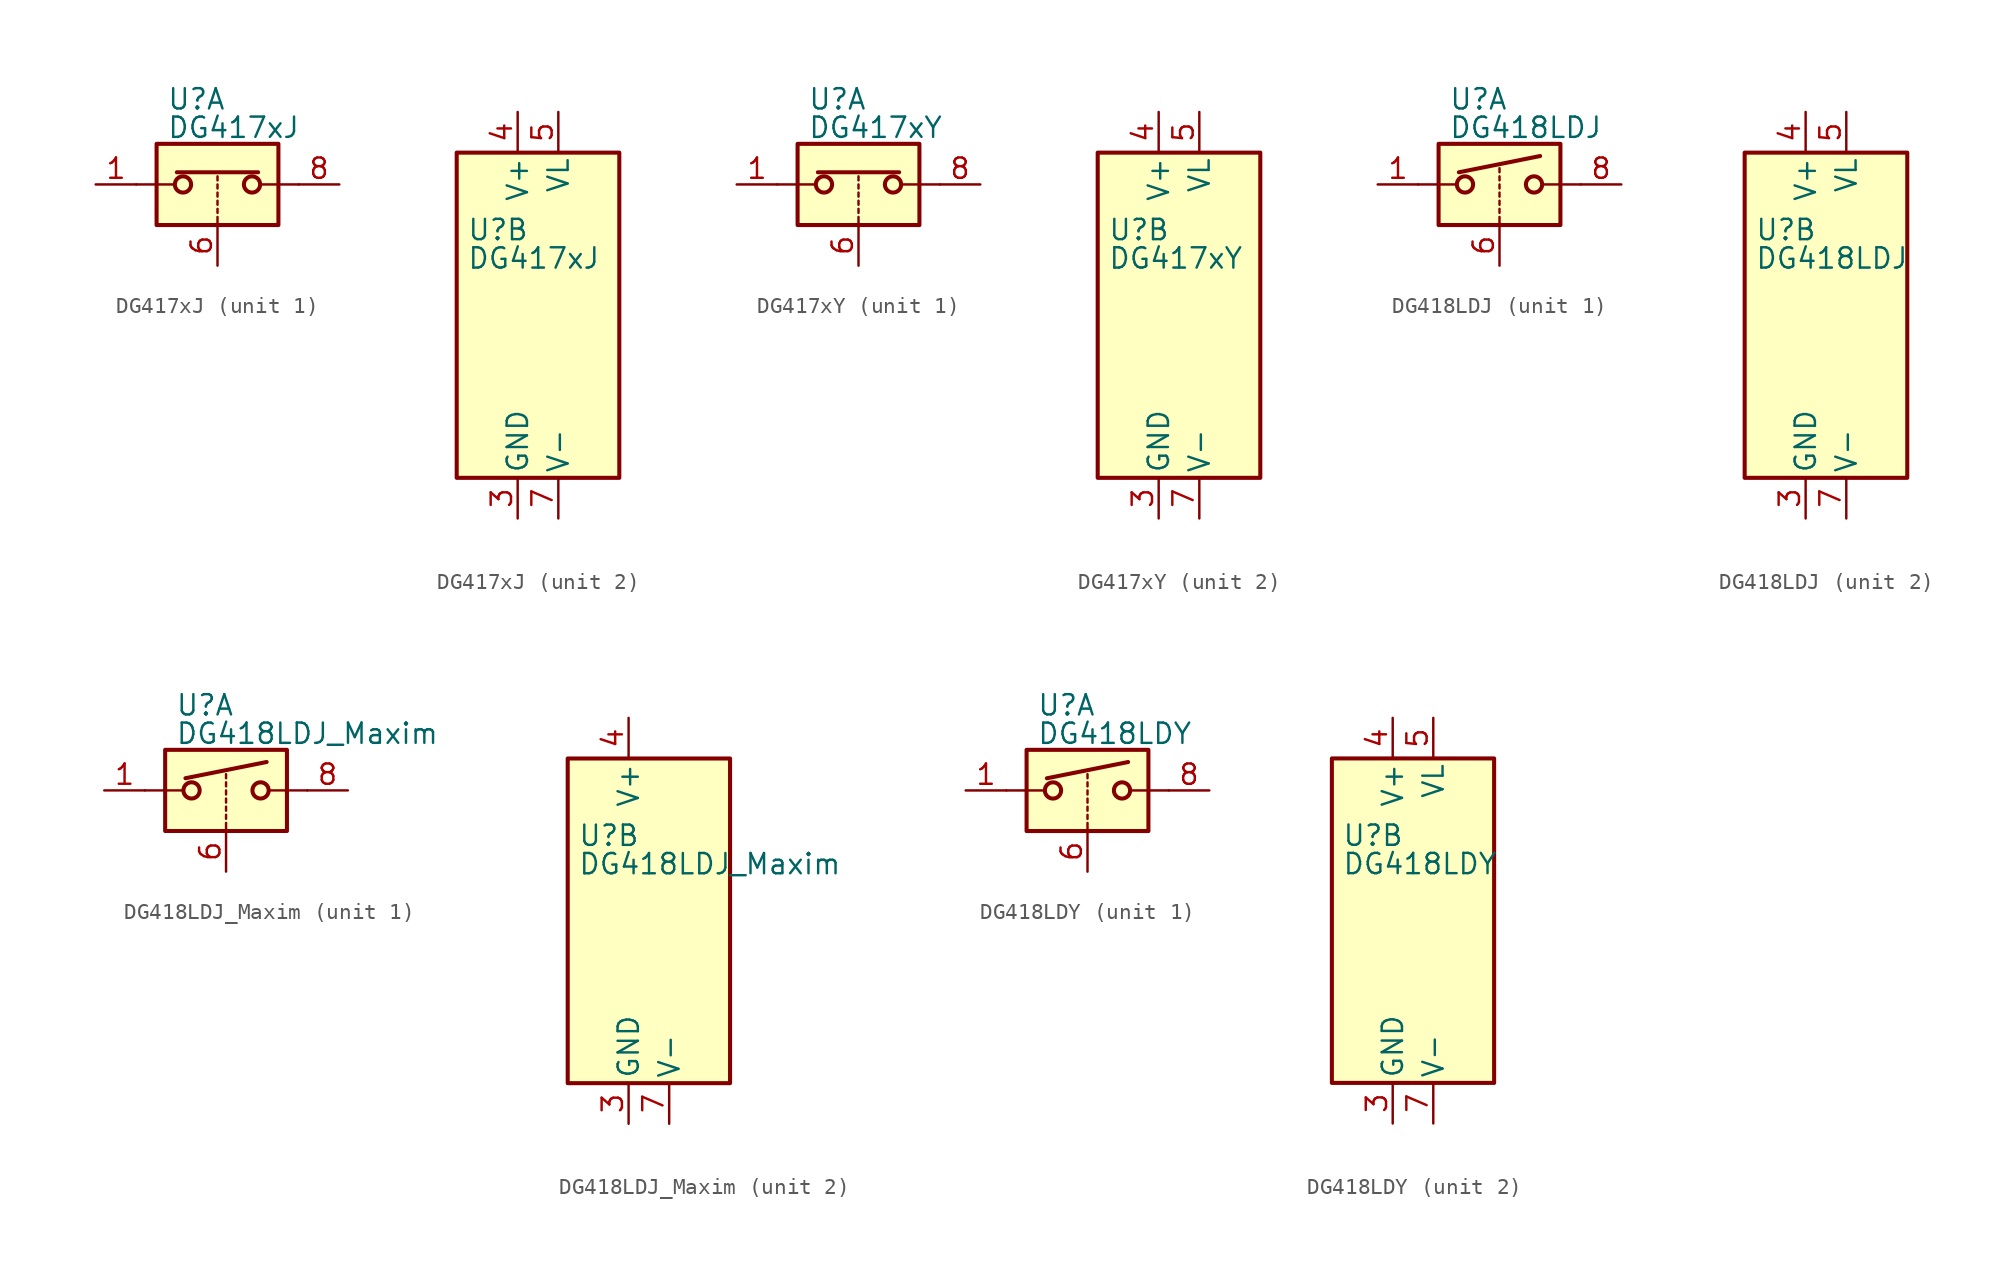
<source format=kicad_sym>
(kicad_symbol_lib
  (version 20200908)
  (generator kicad_symbol_editor)
  (symbol "Analog_Switch:DG417xJ"
    (pin_names
      (offset 0.254))
    (property "Reference" "U"
      (at -3.175 5.334 0)
      (effects (font (size 1.27 1.27)) (justify left)))
    (property "Value" "DG417xJ"
      (at -3.175 3.556 0)
      (effects (font (size 1.27 1.27)) (justify left)))
    (symbol "DG417xJ_1_1"
      (circle (center -2.159 0) (radius 0.508) (stroke (width 0.254)) (fill (type none)))
      (circle (center 2.159 0) (radius 0.508) (stroke (width 0.254)) (fill (type none)))
      (rectangle (start -3.81 2.54) (end 3.81 -2.54) (stroke (width 0.254)) (fill (type background)))
      (polyline (pts (xy -5.08 0) (xy -2.794 0)) (stroke (width 0)) (fill (type none)))
      (polyline (pts (xy -2.54 0.762) (xy 2.54 0.762)) (stroke (width 0.254)) (fill (type none)))
      (polyline (pts (xy 0 -2.54) (xy 0 -2.032)) (stroke (width 0)) (fill (type none)))
      (polyline (pts (xy 0 -1.778) (xy 0 -1.524)) (stroke (width 0)) (fill (type none)))
      (polyline (pts (xy 0 -1.27) (xy 0 -1.016)) (stroke (width 0)) (fill (type none)))
      (polyline (pts (xy 0 -0.762) (xy 0 -0.508)) (stroke (width 0)) (fill (type none)))
      (polyline (pts (xy 0 -0.254) (xy 0 0)) (stroke (width 0)) (fill (type none)))
      (polyline (pts (xy 0 0.254) (xy 0 0.508)) (stroke (width 0)) (fill (type none)))
      (polyline (pts (xy 5.08 0) (xy 2.794 0)) (stroke (width 0)) (fill (type none)))
      (pin passive line (at -7.62 0 0) (length 2.54) (name "~" (effects (font (size 1.27 1.27)))) (number "1" (effects (font (size 1.27 1.27)))))
      (pin input line (at 0 -5.08 90) (length 2.54) (name "~" (effects (font (size 1.27 1.27)))) (number "6" (effects (font (size 1.27 1.27)))))
      (pin passive line (at 7.62 0 180) (length 2.54) (name "~" (effects (font (size 1.27 1.27)))) (number "8" (effects (font (size 1.27 1.27))))))
    (symbol "DG417xJ_2_1"
      (rectangle (start -3.81 10.16) (end 6.35 -10.16) (stroke (width 0.254)) (fill (type background))))
    (symbol "DG417xJ_2_0"
      (pin unconnected line (at -2.54 10.16 270) (length 2.54) hide (name "NC" (effects (font (size 1.27 1.27)))) (number "2" (effects (font (size 1.27 1.27)))))
      (pin power_in line (at 0 -12.7 90) (length 2.54) (name "GND" (effects (font (size 1.27 1.27)))) (number "3" (effects (font (size 1.27 1.27)))))
      (pin power_in line (at 0 12.7 270) (length 2.54) (name "V+" (effects (font (size 1.27 1.27)))) (number "4" (effects (font (size 1.27 1.27)))))
      (pin power_in line (at 2.54 12.7 270) (length 2.54) (name "VL" (effects (font (size 1.27 1.27)))) (number "5" (effects (font (size 1.27 1.27)))))
      (pin power_in line (at 2.54 -12.7 90) (length 2.54) (name "V-" (effects (font (size 1.27 1.27)))) (number "7" (effects (font (size 1.27 1.27)))))))
  (symbol "Analog_Switch:DG417xY"
    (pin_names
      (offset 0.254))
    (property "Reference" "U"
      (at -3.175 5.334 0)
      (effects (font (size 1.27 1.27)) (justify left)))
    (property "Value" "DG417xY"
      (at -3.175 3.556 0)
      (effects (font (size 1.27 1.27)) (justify left)))
    (symbol "DG417xY_1_1"
      (circle (center -2.159 0) (radius 0.508) (stroke (width 0.254)) (fill (type none)))
      (circle (center 2.159 0) (radius 0.508) (stroke (width 0.254)) (fill (type none)))
      (rectangle (start -3.81 2.54) (end 3.81 -2.54) (stroke (width 0.254)) (fill (type background)))
      (polyline (pts (xy -5.08 0) (xy -2.794 0)) (stroke (width 0)) (fill (type none)))
      (polyline (pts (xy -2.54 0.762) (xy 2.54 0.762)) (stroke (width 0.254)) (fill (type none)))
      (polyline (pts (xy 0 -2.54) (xy 0 -2.032)) (stroke (width 0)) (fill (type none)))
      (polyline (pts (xy 0 -1.778) (xy 0 -1.524)) (stroke (width 0)) (fill (type none)))
      (polyline (pts (xy 0 -1.27) (xy 0 -1.016)) (stroke (width 0)) (fill (type none)))
      (polyline (pts (xy 0 -0.762) (xy 0 -0.508)) (stroke (width 0)) (fill (type none)))
      (polyline (pts (xy 0 -0.254) (xy 0 0)) (stroke (width 0)) (fill (type none)))
      (polyline (pts (xy 0 0.254) (xy 0 0.508)) (stroke (width 0)) (fill (type none)))
      (polyline (pts (xy 5.08 0) (xy 2.794 0)) (stroke (width 0)) (fill (type none)))
      (pin passive line (at -7.62 0 0) (length 2.54) (name "~" (effects (font (size 1.27 1.27)))) (number "1" (effects (font (size 1.27 1.27)))))
      (pin input line (at 0 -5.08 90) (length 2.54) (name "~" (effects (font (size 1.27 1.27)))) (number "6" (effects (font (size 1.27 1.27)))))
      (pin passive line (at 7.62 0 180) (length 2.54) (name "~" (effects (font (size 1.27 1.27)))) (number "8" (effects (font (size 1.27 1.27))))))
    (symbol "DG417xY_2_1"
      (rectangle (start -3.81 10.16) (end 6.35 -10.16) (stroke (width 0.254)) (fill (type background))))
    (symbol "DG417xY_2_0"
      (pin unconnected line (at -2.54 10.16 270) (length 2.54) hide (name "NC" (effects (font (size 1.27 1.27)))) (number "2" (effects (font (size 1.27 1.27)))))
      (pin power_in line (at 0 -12.7 90) (length 2.54) (name "GND" (effects (font (size 1.27 1.27)))) (number "3" (effects (font (size 1.27 1.27)))))
      (pin power_in line (at 0 12.7 270) (length 2.54) (name "V+" (effects (font (size 1.27 1.27)))) (number "4" (effects (font (size 1.27 1.27)))))
      (pin power_in line (at 2.54 12.7 270) (length 2.54) (name "VL" (effects (font (size 1.27 1.27)))) (number "5" (effects (font (size 1.27 1.27)))))
      (pin power_in line (at 2.54 -12.7 90) (length 2.54) (name "V-" (effects (font (size 1.27 1.27)))) (number "7" (effects (font (size 1.27 1.27)))))))
  (symbol "Analog_Switch:DG418LDJ"
    (pin_names
      (offset 0.254))
    (property "Reference" "U"
      (at -3.175 5.334 0)
      (effects (font (size 1.27 1.27)) (justify left)))
    (property "Value" "DG418LDJ"
      (at -3.175 3.556 0)
      (effects (font (size 1.27 1.27)) (justify left)))
    (symbol "DG418LDJ_1_1"
      (circle (center -2.159 0) (radius 0.508) (stroke (width 0.254)) (fill (type none)))
      (circle (center 2.159 0) (radius 0.508) (stroke (width 0.254)) (fill (type none)))
      (rectangle (start -3.81 2.54) (end 3.81 -2.54) (stroke (width 0.254)) (fill (type background)))
      (polyline (pts (xy -5.08 0) (xy -2.794 0)) (stroke (width 0)) (fill (type none)))
      (polyline (pts (xy -2.54 0.762) (xy 2.54 1.778)) (stroke (width 0.254)) (fill (type none)))
      (polyline (pts (xy 0 -2.54) (xy 0 -2.032)) (stroke (width 0)) (fill (type none)))
      (polyline (pts (xy 0 -1.778) (xy 0 -1.524)) (stroke (width 0)) (fill (type none)))
      (polyline (pts (xy 0 -1.27) (xy 0 -1.016)) (stroke (width 0)) (fill (type none)))
      (polyline (pts (xy 0 -0.762) (xy 0 -0.508)) (stroke (width 0)) (fill (type none)))
      (polyline (pts (xy 0 -0.254) (xy 0 0)) (stroke (width 0)) (fill (type none)))
      (polyline (pts (xy 0 0.254) (xy 0 0.508)) (stroke (width 0)) (fill (type none)))
      (polyline (pts (xy 0 0.762) (xy 0 1.016)) (stroke (width 0)) (fill (type none)))
      (polyline (pts (xy 5.08 0) (xy 2.794 0)) (stroke (width 0)) (fill (type none)))
      (pin passive line (at -7.62 0 0) (length 2.54) (name "~" (effects (font (size 1.27 1.27)))) (number "1" (effects (font (size 1.27 1.27)))))
      (pin input line (at 0 -5.08 90) (length 2.54) (name "~" (effects (font (size 1.27 1.27)))) (number "6" (effects (font (size 1.27 1.27)))))
      (pin passive line (at 7.62 0 180) (length 2.54) (name "~" (effects (font (size 1.27 1.27)))) (number "8" (effects (font (size 1.27 1.27))))))
    (symbol "DG418LDJ_2_1"
      (rectangle (start -3.81 10.16) (end 6.35 -10.16) (stroke (width 0.254)) (fill (type background))))
    (symbol "DG418LDJ_2_0"
      (pin unconnected line (at -2.54 10.16 270) (length 2.54) hide (name "NC" (effects (font (size 1.27 1.27)))) (number "2" (effects (font (size 1.27 1.27)))))
      (pin power_in line (at 0 -12.7 90) (length 2.54) (name "GND" (effects (font (size 1.27 1.27)))) (number "3" (effects (font (size 1.27 1.27)))))
      (pin power_in line (at 0 12.7 270) (length 2.54) (name "V+" (effects (font (size 1.27 1.27)))) (number "4" (effects (font (size 1.27 1.27)))))
      (pin power_in line (at 2.54 12.7 270) (length 2.54) (name "VL" (effects (font (size 1.27 1.27)))) (number "5" (effects (font (size 1.27 1.27)))))
      (pin power_in line (at 2.54 -12.7 90) (length 2.54) (name "V-" (effects (font (size 1.27 1.27)))) (number "7" (effects (font (size 1.27 1.27)))))))
  (symbol "Analog_Switch:DG418LDJ_Maxim"
    (pin_names
      (offset 0.254))
    (property "Reference" "U"
      (at -3.175 5.334 0)
      (effects (font (size 1.27 1.27)) (justify left)))
    (property "Value" "DG418LDJ_Maxim"
      (at -3.175 3.556 0)
      (effects (font (size 1.27 1.27)) (justify left)))
    (symbol "DG418LDJ_Maxim_1_1"
      (circle (center -2.159 0) (radius 0.508) (stroke (width 0.254)) (fill (type none)))
      (circle (center 2.159 0) (radius 0.508) (stroke (width 0.254)) (fill (type none)))
      (rectangle (start -3.81 2.54) (end 3.81 -2.54) (stroke (width 0.254)) (fill (type background)))
      (polyline (pts (xy -5.08 0) (xy -2.794 0)) (stroke (width 0)) (fill (type none)))
      (polyline (pts (xy -2.54 0.762) (xy 2.54 1.778)) (stroke (width 0.254)) (fill (type none)))
      (polyline (pts (xy 0 -2.54) (xy 0 -2.032)) (stroke (width 0)) (fill (type none)))
      (polyline (pts (xy 0 -1.778) (xy 0 -1.524)) (stroke (width 0)) (fill (type none)))
      (polyline (pts (xy 0 -1.27) (xy 0 -1.016)) (stroke (width 0)) (fill (type none)))
      (polyline (pts (xy 0 -0.762) (xy 0 -0.508)) (stroke (width 0)) (fill (type none)))
      (polyline (pts (xy 0 -0.254) (xy 0 0)) (stroke (width 0)) (fill (type none)))
      (polyline (pts (xy 0 0.254) (xy 0 0.508)) (stroke (width 0)) (fill (type none)))
      (polyline (pts (xy 0 0.762) (xy 0 1.016)) (stroke (width 0)) (fill (type none)))
      (polyline (pts (xy 5.08 0) (xy 2.794 0)) (stroke (width 0)) (fill (type none)))
      (pin passive line (at -7.62 0 0) (length 2.54) (name "~" (effects (font (size 1.27 1.27)))) (number "1" (effects (font (size 1.27 1.27)))))
      (pin input line (at 0 -5.08 90) (length 2.54) (name "~" (effects (font (size 1.27 1.27)))) (number "6" (effects (font (size 1.27 1.27)))))
      (pin passive line (at 7.62 0 180) (length 2.54) (name "~" (effects (font (size 1.27 1.27)))) (number "8" (effects (font (size 1.27 1.27))))))
    (symbol "DG418LDJ_Maxim_2_1"
      (rectangle (start -3.81 10.16) (end 6.35 -10.16) (stroke (width 0.254)) (fill (type background))))
    (symbol "DG418LDJ_Maxim_2_0"
      (pin unconnected line (at -2.54 10.16 270) (length 2.54) hide (name "NC" (effects (font (size 1.27 1.27)))) (number "2" (effects (font (size 1.27 1.27)))))
      (pin power_in line (at 0 -12.7 90) (length 2.54) (name "GND" (effects (font (size 1.27 1.27)))) (number "3" (effects (font (size 1.27 1.27)))))
      (pin power_in line (at 0 12.7 270) (length 2.54) (name "V+" (effects (font (size 1.27 1.27)))) (number "4" (effects (font (size 1.27 1.27)))))
      (pin unconnected line (at 2.54 10.16 270) (length 2.54) hide (name "NC" (effects (font (size 1.27 1.27)))) (number "5" (effects (font (size 1.27 1.27)))))
      (pin power_in line (at 2.54 -12.7 90) (length 2.54) (name "V-" (effects (font (size 1.27 1.27)))) (number "7" (effects (font (size 1.27 1.27)))))))
  (symbol "Analog_Switch:DG418LDY"
    (pin_names
      (offset 0.254))
    (property "Reference" "U"
      (at -3.175 5.334 0)
      (effects (font (size 1.27 1.27)) (justify left)))
    (property "Value" "DG418LDY"
      (at -3.175 3.556 0)
      (effects (font (size 1.27 1.27)) (justify left)))
    (symbol "DG418LDY_1_1"
      (circle (center -2.159 0) (radius 0.508) (stroke (width 0.254)) (fill (type none)))
      (circle (center 2.159 0) (radius 0.508) (stroke (width 0.254)) (fill (type none)))
      (rectangle (start -3.81 2.54) (end 3.81 -2.54) (stroke (width 0.254)) (fill (type background)))
      (polyline (pts (xy -5.08 0) (xy -2.794 0)) (stroke (width 0)) (fill (type none)))
      (polyline (pts (xy -2.54 0.762) (xy 2.54 1.778)) (stroke (width 0.254)) (fill (type none)))
      (polyline (pts (xy 0 -2.54) (xy 0 -2.032)) (stroke (width 0)) (fill (type none)))
      (polyline (pts (xy 0 -1.778) (xy 0 -1.524)) (stroke (width 0)) (fill (type none)))
      (polyline (pts (xy 0 -1.27) (xy 0 -1.016)) (stroke (width 0)) (fill (type none)))
      (polyline (pts (xy 0 -0.762) (xy 0 -0.508)) (stroke (width 0)) (fill (type none)))
      (polyline (pts (xy 0 -0.254) (xy 0 0)) (stroke (width 0)) (fill (type none)))
      (polyline (pts (xy 0 0.254) (xy 0 0.508)) (stroke (width 0)) (fill (type none)))
      (polyline (pts (xy 0 0.762) (xy 0 1.016)) (stroke (width 0)) (fill (type none)))
      (polyline (pts (xy 5.08 0) (xy 2.794 0)) (stroke (width 0)) (fill (type none)))
      (pin passive line (at -7.62 0 0) (length 2.54) (name "~" (effects (font (size 1.27 1.27)))) (number "1" (effects (font (size 1.27 1.27)))))
      (pin input line (at 0 -5.08 90) (length 2.54) (name "~" (effects (font (size 1.27 1.27)))) (number "6" (effects (font (size 1.27 1.27)))))
      (pin passive line (at 7.62 0 180) (length 2.54) (name "~" (effects (font (size 1.27 1.27)))) (number "8" (effects (font (size 1.27 1.27))))))
    (symbol "DG418LDY_2_1"
      (rectangle (start -3.81 10.16) (end 6.35 -10.16) (stroke (width 0.254)) (fill (type background))))
    (symbol "DG418LDY_2_0"
      (pin unconnected line (at -2.54 10.16 270) (length 2.54) hide (name "NC" (effects (font (size 1.27 1.27)))) (number "2" (effects (font (size 1.27 1.27)))))
      (pin power_in line (at 0 -12.7 90) (length 2.54) (name "GND" (effects (font (size 1.27 1.27)))) (number "3" (effects (font (size 1.27 1.27)))))
      (pin power_in line (at 0 12.7 270) (length 2.54) (name "V+" (effects (font (size 1.27 1.27)))) (number "4" (effects (font (size 1.27 1.27)))))
      (pin power_in line (at 2.54 12.7 270) (length 2.54) (name "VL" (effects (font (size 1.27 1.27)))) (number "5" (effects (font (size 1.27 1.27)))))
      (pin power_in line (at 2.54 -12.7 90) (length 2.54) (name "V-" (effects (font (size 1.27 1.27)))) (number "7" (effects (font (size 1.27 1.27))))))))
</source>
